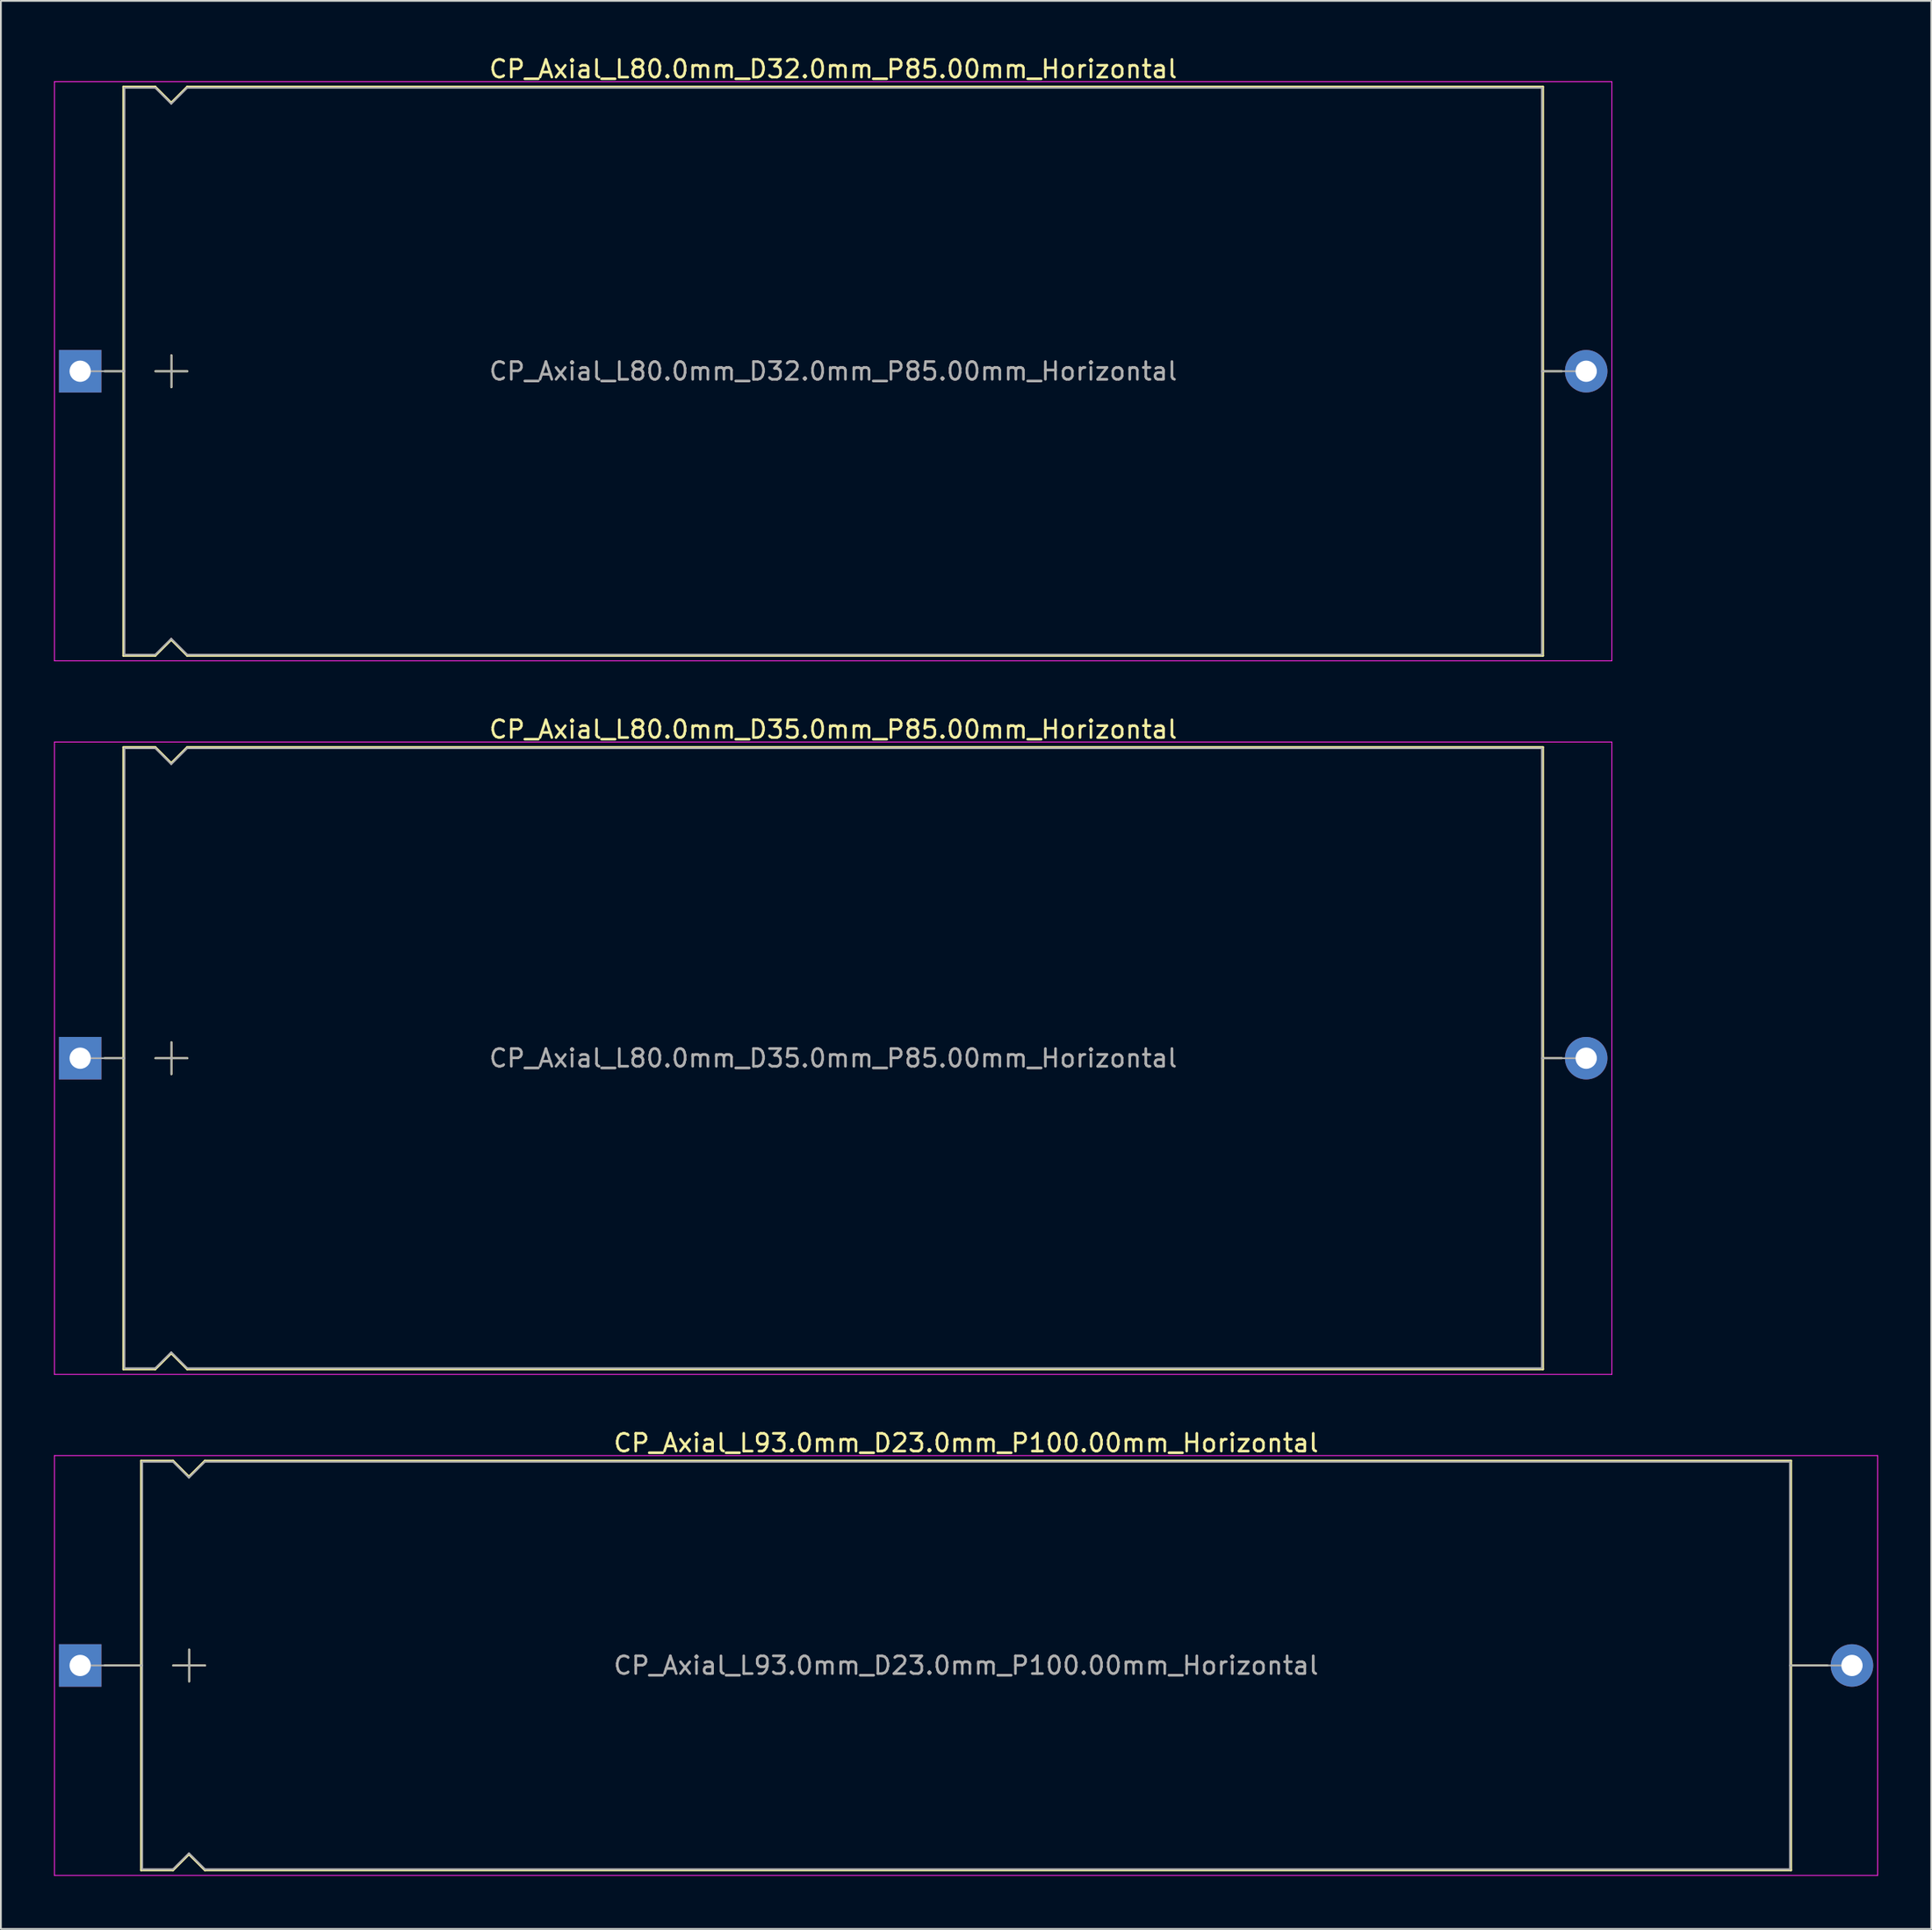
<source format=kicad_pcb>
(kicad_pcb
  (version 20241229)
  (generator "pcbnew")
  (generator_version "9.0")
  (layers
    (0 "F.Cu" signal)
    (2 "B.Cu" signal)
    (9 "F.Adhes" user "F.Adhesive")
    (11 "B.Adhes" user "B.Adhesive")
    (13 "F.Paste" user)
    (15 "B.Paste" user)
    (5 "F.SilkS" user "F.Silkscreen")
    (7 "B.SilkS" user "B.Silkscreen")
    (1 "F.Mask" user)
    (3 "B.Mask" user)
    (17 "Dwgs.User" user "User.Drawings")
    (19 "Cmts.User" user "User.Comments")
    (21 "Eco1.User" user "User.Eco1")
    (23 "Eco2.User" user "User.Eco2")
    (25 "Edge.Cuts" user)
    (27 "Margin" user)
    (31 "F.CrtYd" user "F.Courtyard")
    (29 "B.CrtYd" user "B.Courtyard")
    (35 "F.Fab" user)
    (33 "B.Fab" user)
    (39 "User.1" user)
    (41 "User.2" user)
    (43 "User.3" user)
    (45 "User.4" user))
  (footprint "CP_Axial_L93.0mm_D23.0mm_P100.00mm_Horizontal"
    (layer "F.Cu")
    (at 1.475 90.975)
    (property "Reference" "CP_Axial_L93.0mm_D23.0mm_P100.00mm_Horizontal" (at 50 -12.56 0) (layer "F.SilkS") (effects (font (size 1 1) (thickness 0.15))))
    (attr through_hole)
    (fp_line (start 1.38 0) (end 3.44 0) (stroke (width 0.12) (type solid)) (layer "F.SilkS"))
    (fp_line (start 3.44 -11.56) (end 3.44 11.56) (stroke (width 0.12) (type solid)) (layer "F.SilkS"))
    (fp_line (start 3.44 -11.56) (end 5.24 -11.56) (stroke (width 0.12) (type solid)) (layer "F.SilkS"))
    (fp_line (start 3.44 11.56) (end 5.24 11.56) (stroke (width 0.12) (type solid)) (layer "F.SilkS"))
    (fp_line (start 5.24 -11.56) (end 6.14 -10.66) (stroke (width 0.12) (type solid)) (layer "F.SilkS"))
    (fp_line (start 5.24 11.56) (end 6.14 10.66) (stroke (width 0.12) (type solid)) (layer "F.SilkS"))
    (fp_line (start 5.25 0) (end 7.05 0) (stroke (width 0.12) (type solid)) (layer "F.SilkS"))
    (fp_line (start 6.14 -10.66) (end 7.04 -11.56) (stroke (width 0.12) (type solid)) (layer "F.SilkS"))
    (fp_line (start 6.14 10.66) (end 7.04 11.56) (stroke (width 0.12) (type solid)) (layer "F.SilkS"))
    (fp_line (start 6.15 -0.9) (end 6.15 0.9) (stroke (width 0.12) (type solid)) (layer "F.SilkS"))
    (fp_line (start 7.04 -11.56) (end 96.56 -11.56) (stroke (width 0.12) (type solid)) (layer "F.SilkS"))
    (fp_line (start 7.04 11.56) (end 96.56 11.56) (stroke (width 0.12) (type solid)) (layer "F.SilkS"))
    (fp_line (start 96.56 -11.56) (end 96.56 11.56) (stroke (width 0.12) (type solid)) (layer "F.SilkS"))
    (fp_line (start 98.62 0) (end 96.56 0) (stroke (width 0.12) (type solid)) (layer "F.SilkS"))
    (fp_line (start -1.45 -11.85) (end -1.45 11.85) (stroke (width 0.05) (type solid)) (layer "F.CrtYd"))
    (fp_line (start -1.45 11.85) (end 101.45 11.85) (stroke (width 0.05) (type solid)) (layer "F.CrtYd"))
    (fp_line (start 101.45 -11.85) (end -1.45 -11.85) (stroke (width 0.05) (type solid)) (layer "F.CrtYd"))
    (fp_line (start 101.45 11.85) (end 101.45 -11.85) (stroke (width 0.05) (type solid)) (layer "F.CrtYd"))
    (fp_line (start 0 0) (end 3.5 0) (stroke (width 0.1) (type solid)) (layer "F.Fab"))
    (fp_line (start 3.5 -11.5) (end 3.5 11.5) (stroke (width 0.1) (type solid)) (layer "F.Fab"))
    (fp_line (start 3.5 -11.5) (end 5.24 -11.5) (stroke (width 0.1) (type solid)) (layer "F.Fab"))
    (fp_line (start 3.5 11.5) (end 5.24 11.5) (stroke (width 0.1) (type solid)) (layer "F.Fab"))
    (fp_line (start 5.24 -11.5) (end 6.14 -10.6) (stroke (width 0.1) (type solid)) (layer "F.Fab"))
    (fp_line (start 5.24 11.5) (end 6.14 10.6) (stroke (width 0.1) (type solid)) (layer "F.Fab"))
    (fp_line (start 5.25 0) (end 7.05 0) (stroke (width 0.1) (type solid)) (layer "F.Fab"))
    (fp_line (start 6.14 -10.6) (end 7.04 -11.5) (stroke (width 0.1) (type solid)) (layer "F.Fab"))
    (fp_line (start 6.14 10.6) (end 7.04 11.5) (stroke (width 0.1) (type solid)) (layer "F.Fab"))
    (fp_line (start 6.15 -0.9) (end 6.15 0.9) (stroke (width 0.1) (type solid)) (layer "F.Fab"))
    (fp_line (start 7.04 -11.5) (end 96.5 -11.5) (stroke (width 0.1) (type solid)) (layer "F.Fab"))
    (fp_line (start 7.04 11.5) (end 96.5 11.5) (stroke (width 0.1) (type solid)) (layer "F.Fab"))
    (fp_line (start 96.5 -11.5) (end 96.5 11.5) (stroke (width 0.1) (type solid)) (layer "F.Fab"))
    (fp_line (start 100 0) (end 96.5 0) (stroke (width 0.1) (type solid)) (layer "F.Fab"))
    (fp_text user "${REFERENCE}" (at 50 0 0) (layer "F.Fab") (effects (font (size 1 1) (thickness 0.15))))
    (pad "1" thru_hole rect (at 0 0) (size 2.4 2.4) (drill 1.2) (layers "*.Cu" "*.Mask"))
    (pad "2" thru_hole oval (at 100 0) (size 2.4 2.4) (drill 1.2) (layers "*.Cu" "*.Mask")))
  (footprint "CP_Axial_L80.0mm_D32.0mm_P85.00mm_Horizontal"
    (layer "F.Cu")
    (at 1.475 17.908)
    (property "Reference" "CP_Axial_L80.0mm_D32.0mm_P85.00mm_Horizontal" (at 42.5 -17.06 0) (layer "F.SilkS") (effects (font (size 1 1) (thickness 0.15))))
    (attr through_hole)
    (fp_line (start 1.38 0) (end 2.44 0) (stroke (width 0.12) (type solid)) (layer "F.SilkS"))
    (fp_line (start 2.44 -16.06) (end 2.44 16.06) (stroke (width 0.12) (type solid)) (layer "F.SilkS"))
    (fp_line (start 2.44 -16.06) (end 4.24 -16.06) (stroke (width 0.12) (type solid)) (layer "F.SilkS"))
    (fp_line (start 2.44 16.06) (end 4.24 16.06) (stroke (width 0.12) (type solid)) (layer "F.SilkS"))
    (fp_line (start 4.24 -16.06) (end 5.14 -15.16) (stroke (width 0.12) (type solid)) (layer "F.SilkS"))
    (fp_line (start 4.24 16.06) (end 5.14 15.16) (stroke (width 0.12) (type solid)) (layer "F.SilkS"))
    (fp_line (start 4.25 0) (end 6.05 0) (stroke (width 0.12) (type solid)) (layer "F.SilkS"))
    (fp_line (start 5.14 -15.16) (end 6.04 -16.06) (stroke (width 0.12) (type solid)) (layer "F.SilkS"))
    (fp_line (start 5.14 15.16) (end 6.04 16.06) (stroke (width 0.12) (type solid)) (layer "F.SilkS"))
    (fp_line (start 5.15 -0.9) (end 5.15 0.9) (stroke (width 0.12) (type solid)) (layer "F.SilkS"))
    (fp_line (start 6.04 -16.06) (end 82.56 -16.06) (stroke (width 0.12) (type solid)) (layer "F.SilkS"))
    (fp_line (start 6.04 16.06) (end 82.56 16.06) (stroke (width 0.12) (type solid)) (layer "F.SilkS"))
    (fp_line (start 82.56 -16.06) (end 82.56 16.06) (stroke (width 0.12) (type solid)) (layer "F.SilkS"))
    (fp_line (start 83.62 0) (end 82.56 0) (stroke (width 0.12) (type solid)) (layer "F.SilkS"))
    (fp_line (start -1.45 -16.35) (end -1.45 16.35) (stroke (width 0.05) (type solid)) (layer "F.CrtYd"))
    (fp_line (start -1.45 16.35) (end 86.45 16.35) (stroke (width 0.05) (type solid)) (layer "F.CrtYd"))
    (fp_line (start 86.45 -16.35) (end -1.45 -16.35) (stroke (width 0.05) (type solid)) (layer "F.CrtYd"))
    (fp_line (start 86.45 16.35) (end 86.45 -16.35) (stroke (width 0.05) (type solid)) (layer "F.CrtYd"))
    (fp_line (start 0 0) (end 2.5 0) (stroke (width 0.1) (type solid)) (layer "F.Fab"))
    (fp_line (start 2.5 -16) (end 2.5 16) (stroke (width 0.1) (type solid)) (layer "F.Fab"))
    (fp_line (start 2.5 -16) (end 4.24 -16) (stroke (width 0.1) (type solid)) (layer "F.Fab"))
    (fp_line (start 2.5 16) (end 4.24 16) (stroke (width 0.1) (type solid)) (layer "F.Fab"))
    (fp_line (start 4.24 -16) (end 5.14 -15.1) (stroke (width 0.1) (type solid)) (layer "F.Fab"))
    (fp_line (start 4.24 16) (end 5.14 15.1) (stroke (width 0.1) (type solid)) (layer "F.Fab"))
    (fp_line (start 4.25 0) (end 6.05 0) (stroke (width 0.1) (type solid)) (layer "F.Fab"))
    (fp_line (start 5.14 -15.1) (end 6.04 -16) (stroke (width 0.1) (type solid)) (layer "F.Fab"))
    (fp_line (start 5.14 15.1) (end 6.04 16) (stroke (width 0.1) (type solid)) (layer "F.Fab"))
    (fp_line (start 5.15 -0.9) (end 5.15 0.9) (stroke (width 0.1) (type solid)) (layer "F.Fab"))
    (fp_line (start 6.04 -16) (end 82.5 -16) (stroke (width 0.1) (type solid)) (layer "F.Fab"))
    (fp_line (start 6.04 16) (end 82.5 16) (stroke (width 0.1) (type solid)) (layer "F.Fab"))
    (fp_line (start 82.5 -16) (end 82.5 16) (stroke (width 0.1) (type solid)) (layer "F.Fab"))
    (fp_line (start 85 0) (end 82.5 0) (stroke (width 0.1) (type solid)) (layer "F.Fab"))
    (fp_text user "${REFERENCE}" (at 42.5 0 0) (layer "F.Fab") (effects (font (size 1 1) (thickness 0.15))))
    (pad "1" thru_hole rect (at 0 0) (size 2.4 2.4) (drill 1.2) (layers "*.Cu" "*.Mask"))
    (pad "2" thru_hole oval (at 85 0) (size 2.4 2.4) (drill 1.2) (layers "*.Cu" "*.Mask")))
  (footprint "CP_Axial_L80.0mm_D35.0mm_P85.00mm_Horizontal"
    (layer "F.Cu")
    (at 1.475 56.691)
    (property "Reference" "CP_Axial_L80.0mm_D35.0mm_P85.00mm_Horizontal" (at 42.5 -18.56 0) (layer "F.SilkS") (effects (font (size 1 1) (thickness 0.15))))
    (attr through_hole)
    (fp_line (start 1.38 0) (end 2.44 0) (stroke (width 0.12) (type solid)) (layer "F.SilkS"))
    (fp_line (start 2.44 -17.56) (end 2.44 17.56) (stroke (width 0.12) (type solid)) (layer "F.SilkS"))
    (fp_line (start 2.44 -17.56) (end 4.24 -17.56) (stroke (width 0.12) (type solid)) (layer "F.SilkS"))
    (fp_line (start 2.44 17.56) (end 4.24 17.56) (stroke (width 0.12) (type solid)) (layer "F.SilkS"))
    (fp_line (start 4.24 -17.56) (end 5.14 -16.66) (stroke (width 0.12) (type solid)) (layer "F.SilkS"))
    (fp_line (start 4.24 17.56) (end 5.14 16.66) (stroke (width 0.12) (type solid)) (layer "F.SilkS"))
    (fp_line (start 4.25 0) (end 6.05 0) (stroke (width 0.12) (type solid)) (layer "F.SilkS"))
    (fp_line (start 5.14 -16.66) (end 6.04 -17.56) (stroke (width 0.12) (type solid)) (layer "F.SilkS"))
    (fp_line (start 5.14 16.66) (end 6.04 17.56) (stroke (width 0.12) (type solid)) (layer "F.SilkS"))
    (fp_line (start 5.15 -0.9) (end 5.15 0.9) (stroke (width 0.12) (type solid)) (layer "F.SilkS"))
    (fp_line (start 6.04 -17.56) (end 82.56 -17.56) (stroke (width 0.12) (type solid)) (layer "F.SilkS"))
    (fp_line (start 6.04 17.56) (end 82.56 17.56) (stroke (width 0.12) (type solid)) (layer "F.SilkS"))
    (fp_line (start 82.56 -17.56) (end 82.56 17.56) (stroke (width 0.12) (type solid)) (layer "F.SilkS"))
    (fp_line (start 83.62 0) (end 82.56 0) (stroke (width 0.12) (type solid)) (layer "F.SilkS"))
    (fp_line (start -1.45 -17.85) (end -1.45 17.85) (stroke (width 0.05) (type solid)) (layer "F.CrtYd"))
    (fp_line (start -1.45 17.85) (end 86.45 17.85) (stroke (width 0.05) (type solid)) (layer "F.CrtYd"))
    (fp_line (start 86.45 -17.85) (end -1.45 -17.85) (stroke (width 0.05) (type solid)) (layer "F.CrtYd"))
    (fp_line (start 86.45 17.85) (end 86.45 -17.85) (stroke (width 0.05) (type solid)) (layer "F.CrtYd"))
    (fp_line (start 0 0) (end 2.5 0) (stroke (width 0.1) (type solid)) (layer "F.Fab"))
    (fp_line (start 2.5 -17.5) (end 2.5 17.5) (stroke (width 0.1) (type solid)) (layer "F.Fab"))
    (fp_line (start 2.5 -17.5) (end 4.24 -17.5) (stroke (width 0.1) (type solid)) (layer "F.Fab"))
    (fp_line (start 2.5 17.5) (end 4.24 17.5) (stroke (width 0.1) (type solid)) (layer "F.Fab"))
    (fp_line (start 4.24 -17.5) (end 5.14 -16.6) (stroke (width 0.1) (type solid)) (layer "F.Fab"))
    (fp_line (start 4.24 17.5) (end 5.14 16.6) (stroke (width 0.1) (type solid)) (layer "F.Fab"))
    (fp_line (start 4.25 0) (end 6.05 0) (stroke (width 0.1) (type solid)) (layer "F.Fab"))
    (fp_line (start 5.14 -16.6) (end 6.04 -17.5) (stroke (width 0.1) (type solid)) (layer "F.Fab"))
    (fp_line (start 5.14 16.6) (end 6.04 17.5) (stroke (width 0.1) (type solid)) (layer "F.Fab"))
    (fp_line (start 5.15 -0.9) (end 5.15 0.9) (stroke (width 0.1) (type solid)) (layer "F.Fab"))
    (fp_line (start 6.04 -17.5) (end 82.5 -17.5) (stroke (width 0.1) (type solid)) (layer "F.Fab"))
    (fp_line (start 6.04 17.5) (end 82.5 17.5) (stroke (width 0.1) (type solid)) (layer "F.Fab"))
    (fp_line (start 82.5 -17.5) (end 82.5 17.5) (stroke (width 0.1) (type solid)) (layer "F.Fab"))
    (fp_line (start 85 0) (end 82.5 0) (stroke (width 0.1) (type solid)) (layer "F.Fab"))
    (fp_text user "${REFERENCE}" (at 42.5 0 0) (layer "F.Fab") (effects (font (size 1 1) (thickness 0.15))))
    (pad "1" thru_hole rect (at 0 0) (size 2.4 2.4) (drill 1.2) (layers "*.Cu" "*.Mask"))
    (pad "2" thru_hole oval (at 85 0) (size 2.4 2.4) (drill 1.2) (layers "*.Cu" "*.Mask")))
  (gr_rect
    (start -3 -3)
    (end 105.95 105.85)
    (stroke (width 0.1) (type default))
    (fill no)
    (layer "Edge.Cuts")))
</source>
